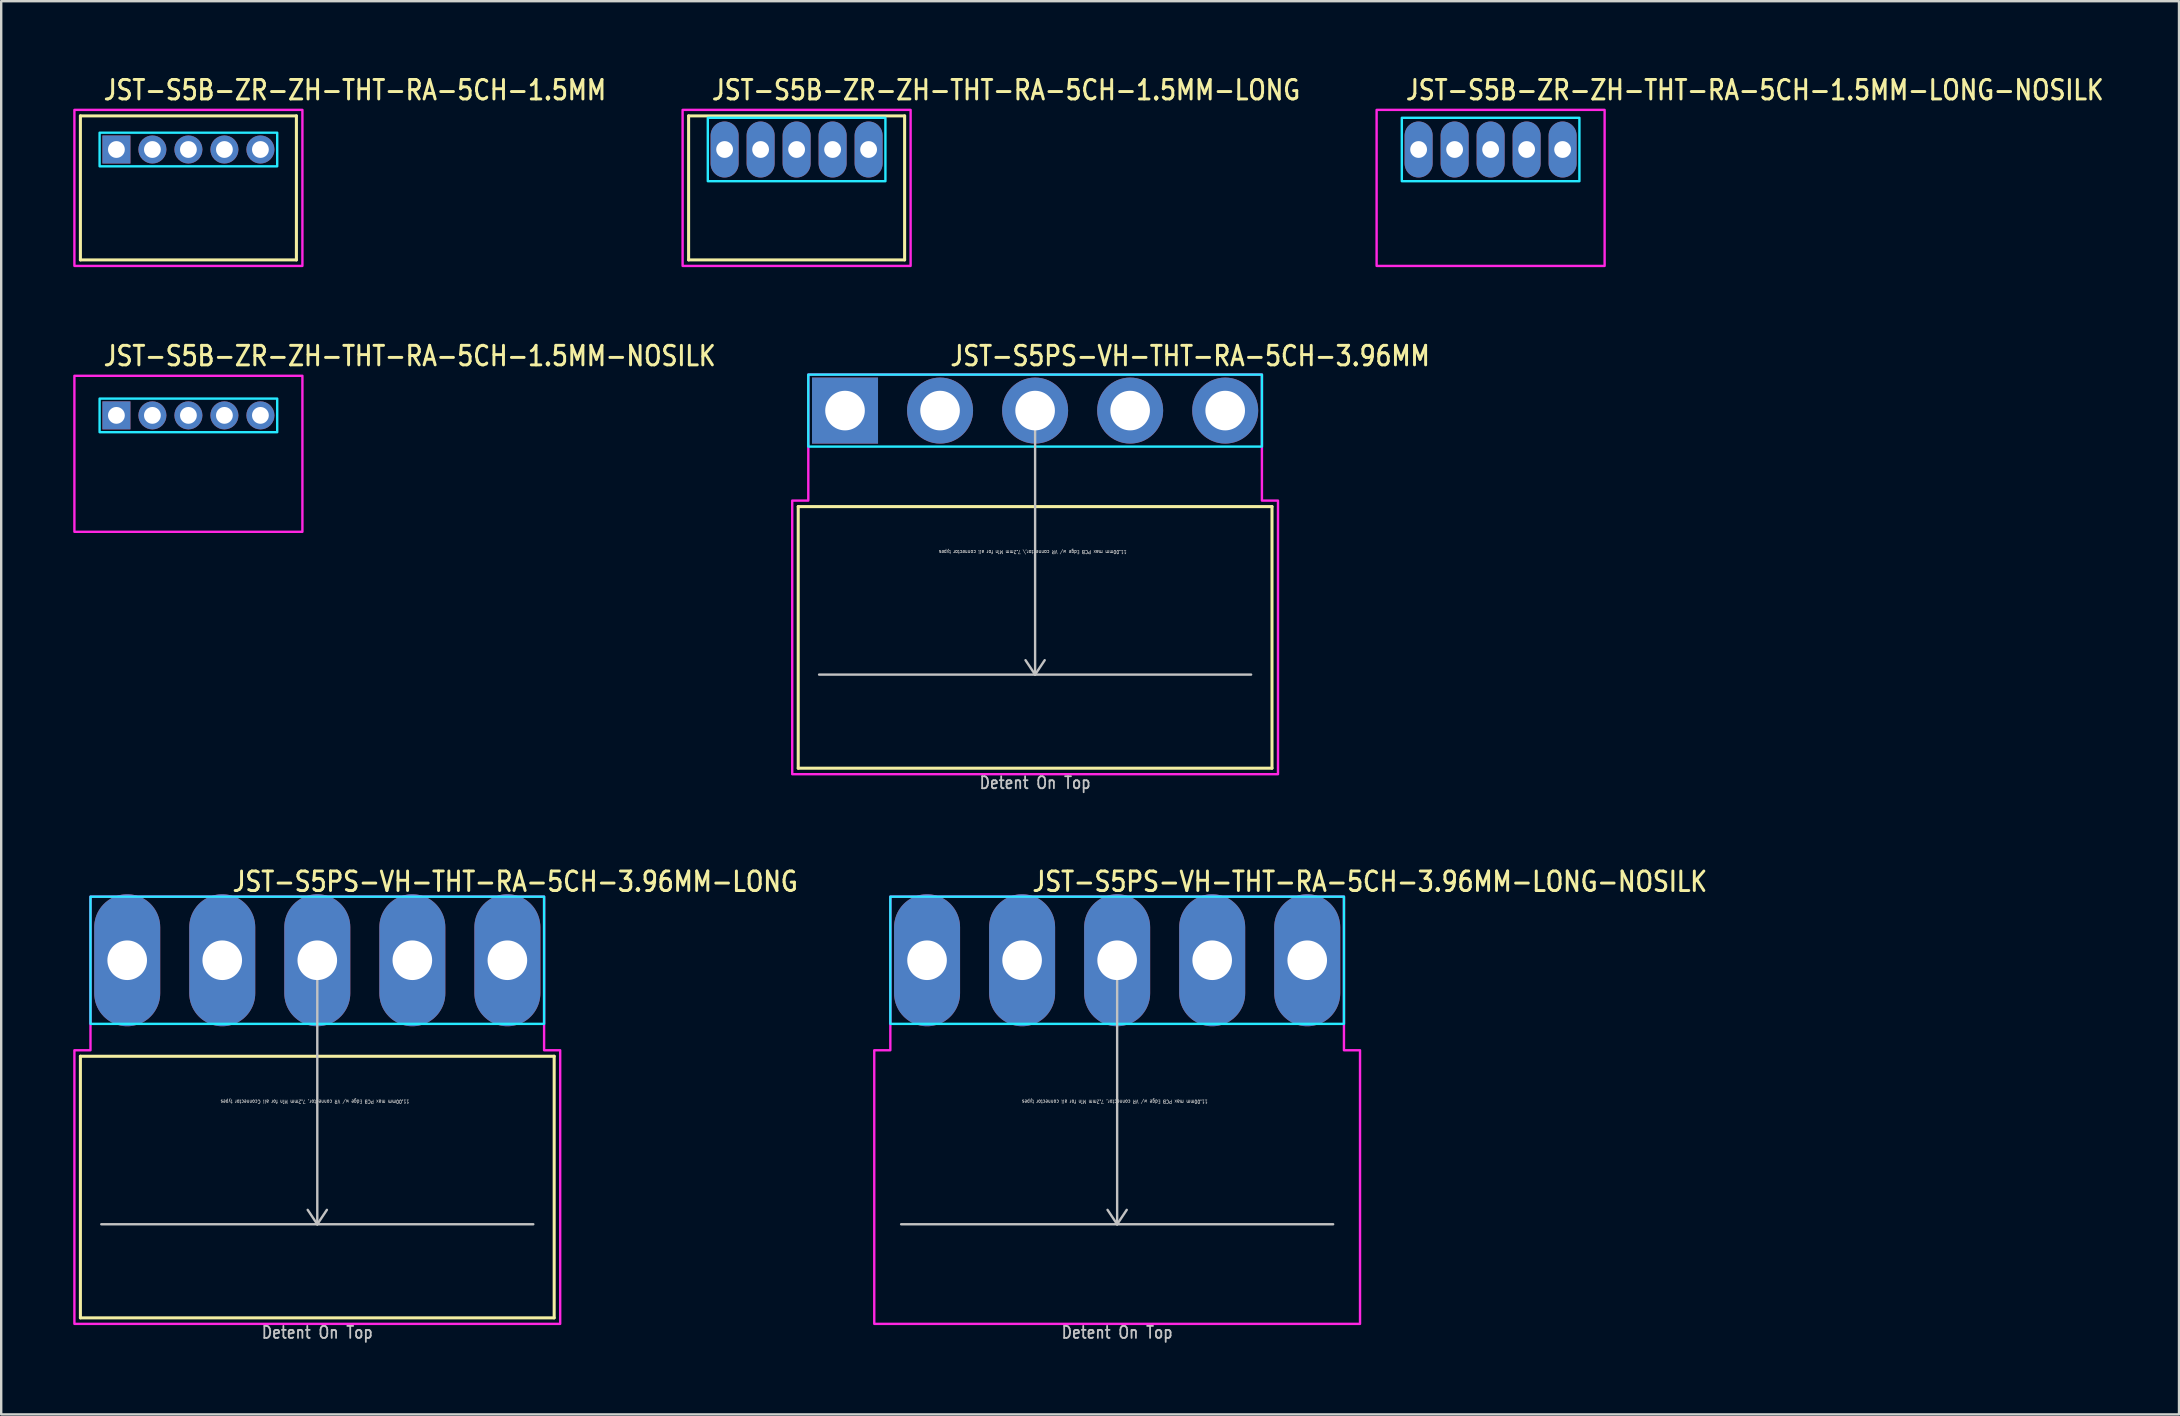
<source format=kicad_pcb>
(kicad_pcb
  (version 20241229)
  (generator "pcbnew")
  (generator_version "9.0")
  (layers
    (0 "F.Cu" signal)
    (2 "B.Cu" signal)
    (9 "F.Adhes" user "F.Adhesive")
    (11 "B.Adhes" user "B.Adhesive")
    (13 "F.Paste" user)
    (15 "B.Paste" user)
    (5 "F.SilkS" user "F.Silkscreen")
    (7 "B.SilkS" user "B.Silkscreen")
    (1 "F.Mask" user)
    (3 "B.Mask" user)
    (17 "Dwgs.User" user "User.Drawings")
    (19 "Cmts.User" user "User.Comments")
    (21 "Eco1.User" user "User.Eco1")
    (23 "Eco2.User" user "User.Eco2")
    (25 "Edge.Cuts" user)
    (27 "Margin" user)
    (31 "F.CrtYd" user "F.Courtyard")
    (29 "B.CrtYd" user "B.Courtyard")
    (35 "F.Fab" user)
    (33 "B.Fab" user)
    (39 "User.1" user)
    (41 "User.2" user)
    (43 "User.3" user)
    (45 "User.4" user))
  (footprint "JST-S5B-ZR-ZH-THT-RA-5CH-1.5MM"
    (layer "F.Cu")
    (at 4.8 3.179)
    (property "Reference" "JST-S5B-ZR-ZH-THT-RA-5CH-1.5MM" (at -3.6 -2 0) (unlocked yes) (layer "F.SilkS") (effects (font (size 0.813 0.695) (thickness 0.122)) (justify left bottom)))
    (fp_line (start -4.5 -1.4) (end 4.5 -1.4) (stroke (width 0.127) (type solid)) (layer "F.SilkS"))
    (fp_line (start -4.5 4.6) (end -4.5 -1.4) (stroke (width 0.127) (type solid)) (layer "F.SilkS"))
    (fp_line (start -4.5 4.6) (end 4.5 4.6) (stroke (width 0.127) (type solid)) (layer "F.SilkS"))
    (fp_line (start 4.5 -1.4) (end 4.5 4.6) (stroke (width 0.127) (type solid)) (layer "F.SilkS"))
    (fp_poly (pts (xy -3.7 -0.7) (xy -3.7 0.7) (xy 3.7 0.7) (xy 3.7 -0.7)) (stroke (width 0.1) (type solid)) (fill no) (layer "B.CrtYd"))
    (fp_poly (pts (xy -4.75 -1.65) (xy -4.75 4.85) (xy 4.75 4.85) (xy 4.75 -1.65)) (stroke (width 0.1) (type solid)) (fill no) (layer "F.CrtYd"))
    (pad "P$1" thru_hole rect (at -3 0) (size 1.167 1.167) (drill 0.7) (layers "*.Cu" "*.Mask"))
    (pad "P$2" thru_hole oval (at -1.5 0) (size 1.167 1.167) (drill 0.7) (layers "*.Cu" "*.Mask"))
    (pad "P$3" thru_hole oval (at 0 0) (size 1.167 1.167) (drill 0.7) (layers "*.Cu" "*.Mask"))
    (pad "P$4" thru_hole oval (at 1.5 0) (size 1.167 1.167) (drill 0.7) (layers "*.Cu" "*.Mask"))
    (pad "P$5" thru_hole oval (at 3 0) (size 1.167 1.167) (drill 0.7) (layers "*.Cu" "*.Mask")))
  (footprint "JST-S5PS-VH-THT-RA-5CH-3.96MM"
    (layer "F.Cu")
    (at 40.078 14.057)
    (property "Reference" "JST-S5PS-VH-THT-RA-5CH-3.96MM" (at -3.6 -1.8 0) (unlocked yes) (layer "F.SilkS") (effects (font (size 0.813 0.695) (thickness 0.122)) (justify left bottom)))
    (fp_line (start -9.87 4) (end 9.87 4) (stroke (width 0.127) (type solid)) (layer "F.SilkS"))
    (fp_line (start -9.87 14.9) (end -9.87 4) (stroke (width 0.127) (type solid)) (layer "F.SilkS"))
    (fp_line (start -9.87 14.9) (end 9.87 14.9) (stroke (width 0.127) (type solid)) (layer "F.SilkS"))
    (fp_line (start 9.87 4) (end 9.87 14.9) (stroke (width 0.127) (type solid)) (layer "F.SilkS"))
    (fp_line (start -9 11) (end 9 11) (stroke (width 0.1) (type solid)) (layer "Dwgs.User"))
    (fp_line (start 0 0) (end -0.4 0.6) (stroke (width 0.1) (type solid)) (layer "Dwgs.User"))
    (fp_line (start 0 0) (end 0 11) (stroke (width 0.1) (type solid)) (layer "Dwgs.User"))
    (fp_line (start 0 0) (end 0.4 0.6) (stroke (width 0.1) (type solid)) (layer "Dwgs.User"))
    (fp_line (start 0 11) (end -0.4 10.4) (stroke (width 0.1) (type solid)) (layer "Dwgs.User"))
    (fp_line (start 0 11) (end 0.4 10.4) (stroke (width 0.1) (type solid)) (layer "Dwgs.User"))
    (fp_poly (pts (xy -9.45 -1.5) (xy -9.45 1.5) (xy 9.45 1.5) (xy 9.45 -1.5)) (stroke (width 0.1) (type solid)) (fill no) (layer "B.CrtYd"))
    (fp_poly (pts (xy -10.12 3.75) (xy -10.12 15.15) (xy 10.12 15.15) (xy 10.12 3.75) (xy 9.45 3.75) (xy 9.45 -1.5) (xy -9.45 -1.5) (xy -9.45 3.75)) (stroke (width 0.1) (type solid)) (fill no) (layer "F.CrtYd"))
    (fp_text user "11.00mm max PCB Edge w/ VR connector,\\ 7.2mm Min for all connector types" (at -0.1 5.8 180) (unlocked yes) (layer "Dwgs.User") (effects (font (size 0.15 0.128) (thickness 0.022)) (justify bottom)))
    (fp_text user "Detent On Top" (at 0 15.8 0) (unlocked yes) (layer "Dwgs.User") (effects (font (size 0.5 0.427) (thickness 0.075)) (justify bottom)))
    (pad "1" thru_hole rect (at -7.92 0) (size 2.75 2.75) (drill 1.65) (layers "*.Cu" "*.Mask"))
    (pad "2" thru_hole oval (at -3.96 0) (size 2.75 2.75) (drill 1.65) (layers "*.Cu" "*.Mask"))
    (pad "3" thru_hole oval (at 0 0) (size 2.75 2.75) (drill 1.65) (layers "*.Cu" "*.Mask"))
    (pad "4" thru_hole oval (at 3.96 0) (size 2.75 2.75) (drill 1.65) (layers "*.Cu" "*.Mask"))
    (pad "5" thru_hole oval (at 7.92 0) (size 2.75 2.75) (drill 1.65) (layers "*.Cu" "*.Mask")))
  (footprint "JST-S5PS-VH-THT-RA-5CH-3.96MM-LONG"
    (layer "F.Cu")
    (at 10.17 36.959)
    (property "Reference" "JST-S5PS-VH-THT-RA-5CH-3.96MM-LONG" (at -3.6 -2.8 0) (unlocked yes) (layer "F.SilkS") (effects (font (size 0.813 0.695) (thickness 0.122)) (justify left bottom)))
    (fp_line (start -9.87 4) (end 9.87 4) (stroke (width 0.127) (type solid)) (layer "F.SilkS"))
    (fp_line (start -9.87 14.9) (end -9.87 4) (stroke (width 0.127) (type solid)) (layer "F.SilkS"))
    (fp_line (start -9.87 14.9) (end 9.87 14.9) (stroke (width 0.127) (type solid)) (layer "F.SilkS"))
    (fp_line (start 9.87 4) (end 9.87 14.9) (stroke (width 0.127) (type solid)) (layer "F.SilkS"))
    (fp_line (start -9 11) (end 9 11) (stroke (width 0.1) (type solid)) (layer "Dwgs.User"))
    (fp_line (start 0 0) (end -0.4 0.6) (stroke (width 0.1) (type solid)) (layer "Dwgs.User"))
    (fp_line (start 0 0) (end 0 11) (stroke (width 0.1) (type solid)) (layer "Dwgs.User"))
    (fp_line (start 0 0) (end 0.4 0.6) (stroke (width 0.1) (type solid)) (layer "Dwgs.User"))
    (fp_line (start 0 11) (end -0.4 10.4) (stroke (width 0.1) (type solid)) (layer "Dwgs.User"))
    (fp_line (start 0 11) (end 0.4 10.4) (stroke (width 0.1) (type solid)) (layer "Dwgs.User"))
    (fp_poly (pts (xy -9.45 -2.65) (xy -9.45 2.65) (xy 9.45 2.65) (xy 9.45 -2.65)) (stroke (width 0.1) (type solid)) (fill no) (layer "B.CrtYd"))
    (fp_poly (pts (xy -10.12 3.75) (xy -10.12 15.15) (xy 10.12 15.15) (xy 10.12 3.75) (xy 9.45 3.75) (xy 9.45 -2.65) (xy -9.45 -2.65) (xy -9.45 3.75)) (stroke (width 0.1) (type solid)) (fill no) (layer "F.CrtYd"))
    (fp_text user "Detent On Top" (at 0 15.8 0) (unlocked yes) (layer "Dwgs.User") (effects (font (size 0.5 0.427) (thickness 0.075)) (justify bottom)))
    (fp_text user "11.00mm max PCB Edge w/ VR connector, 7.2mm Min for all Cconnector types" (at -0.1 5.8 180) (unlocked yes) (layer "Dwgs.User") (effects (font (size 0.15 0.128) (thickness 0.022)) (justify bottom)))
    (pad "1" thru_hole oval (at -7.92 0 90) (size 5.5 2.75) (drill 1.65) (layers "*.Cu" "*.Mask"))
    (pad "2" thru_hole oval (at -3.96 0 90) (size 5.5 2.75) (drill 1.65) (layers "*.Cu" "*.Mask"))
    (pad "3" thru_hole oval (at 0 0 90) (size 5.5 2.75) (drill 1.65) (layers "*.Cu" "*.Mask"))
    (pad "4" thru_hole oval (at 3.96 0 90) (size 5.5 2.75) (drill 1.65) (layers "*.Cu" "*.Mask"))
    (pad "5" thru_hole oval (at 7.92 0 90) (size 5.5 2.75) (drill 1.65) (layers "*.Cu" "*.Mask")))
  (footprint "JST-S5B-ZR-ZH-THT-RA-5CH-1.5MM-LONG"
    (layer "F.Cu")
    (at 30.141 3.179)
    (property "Reference" "JST-S5B-ZR-ZH-THT-RA-5CH-1.5MM-LONG" (at -3.6 -2 0) (unlocked yes) (layer "F.SilkS") (effects (font (size 0.813 0.695) (thickness 0.122)) (justify left bottom)))
    (fp_line (start -4.5 -1.4) (end 4.5 -1.4) (stroke (width 0.127) (type solid)) (layer "F.SilkS"))
    (fp_line (start -4.5 4.6) (end -4.5 -1.4) (stroke (width 0.127) (type solid)) (layer "F.SilkS"))
    (fp_line (start -4.5 4.6) (end 4.5 4.6) (stroke (width 0.127) (type solid)) (layer "F.SilkS"))
    (fp_line (start 4.5 -1.4) (end 4.5 4.6) (stroke (width 0.127) (type solid)) (layer "F.SilkS"))
    (fp_poly (pts (xy -3.7 -1.32) (xy -3.7 1.32) (xy 3.7 1.32) (xy 3.7 -1.32)) (stroke (width 0.1) (type solid)) (fill no) (layer "B.CrtYd"))
    (fp_poly (pts (xy -4.75 -1.65) (xy -4.75 4.85) (xy 4.75 4.85) (xy 4.75 -1.65)) (stroke (width 0.1) (type solid)) (fill no) (layer "F.CrtYd"))
    (pad "1" thru_hole oval (at -3 0 90) (size 2.333 1.167) (drill 0.7) (layers "*.Cu" "*.Mask"))
    (pad "2" thru_hole oval (at -1.5 0 90) (size 2.333 1.167) (drill 0.7) (layers "*.Cu" "*.Mask"))
    (pad "3" thru_hole oval (at 0 0 90) (size 2.333 1.167) (drill 0.7) (layers "*.Cu" "*.Mask"))
    (pad "4" thru_hole oval (at 1.5 0 90) (size 2.333 1.167) (drill 0.7) (layers "*.Cu" "*.Mask"))
    (pad "5" thru_hole oval (at 3 0 90) (size 2.333 1.167) (drill 0.7) (layers "*.Cu" "*.Mask")))
  (footprint "JST-S5PS-VH-THT-RA-5CH-3.96MM-LONG-NOSILK"
    (layer "F.Cu")
    (at 43.496 36.959)
    (property "Reference" "JST-S5PS-VH-THT-RA-5CH-3.96MM-LONG-NOSILK" (at -3.6 -2.8 0) (unlocked yes) (layer "F.SilkS") (effects (font (size 0.813 0.695) (thickness 0.122)) (justify left bottom)))
    (fp_line (start -9 11) (end 9 11) (stroke (width 0.1) (type solid)) (layer "Dwgs.User"))
    (fp_line (start 0 0) (end -0.4 0.6) (stroke (width 0.1) (type solid)) (layer "Dwgs.User"))
    (fp_line (start 0 0) (end 0 11) (stroke (width 0.1) (type solid)) (layer "Dwgs.User"))
    (fp_line (start 0 0) (end 0.4 0.6) (stroke (width 0.1) (type solid)) (layer "Dwgs.User"))
    (fp_line (start 0 11) (end -0.4 10.4) (stroke (width 0.1) (type solid)) (layer "Dwgs.User"))
    (fp_line (start 0 11) (end 0.4 10.4) (stroke (width 0.1) (type solid)) (layer "Dwgs.User"))
    (fp_poly (pts (xy -9.45 -2.65) (xy -9.45 2.65) (xy 9.45 2.65) (xy 9.45 -2.65)) (stroke (width 0.1) (type solid)) (fill no) (layer "B.CrtYd"))
    (fp_poly (pts (xy -10.12 3.75) (xy -10.12 15.15) (xy 10.12 15.15) (xy 10.12 3.75) (xy 9.45 3.75) (xy 9.45 -2.65) (xy -9.45 -2.65) (xy -9.45 3.75)) (stroke (width 0.1) (type solid)) (fill no) (layer "F.CrtYd"))
    (fp_text user "Detent On Top" (at 0 15.8 0) (unlocked yes) (layer "Dwgs.User") (effects (font (size 0.5 0.427) (thickness 0.075)) (justify bottom)))
    (fp_text user "11.00mm max PCB Edge w/ VR connector, 7.2mm Min for all connector types" (at -0.1 5.8 180) (unlocked yes) (layer "Dwgs.User") (effects (font (size 0.15 0.128) (thickness 0.022)) (justify bottom)))
    (pad "1" thru_hole oval (at -7.92 0 90) (size 5.5 2.75) (drill 1.65) (layers "*.Cu" "*.Mask"))
    (pad "2" thru_hole oval (at -3.96 0 90) (size 5.5 2.75) (drill 1.65) (layers "*.Cu" "*.Mask"))
    (pad "3" thru_hole oval (at 0 0 90) (size 5.5 2.75) (drill 1.65) (layers "*.Cu" "*.Mask"))
    (pad "4" thru_hole oval (at 3.96 0 90) (size 5.5 2.75) (drill 1.65) (layers "*.Cu" "*.Mask"))
    (pad "5" thru_hole oval (at 7.92 0 90) (size 5.5 2.75) (drill 1.65) (layers "*.Cu" "*.Mask")))
  (footprint "JST-S5B-ZR-ZH-THT-RA-5CH-1.5MM-LONG-NOSILK"
    (layer "F.Cu")
    (at 59.057 3.179)
    (property "Reference" "JST-S5B-ZR-ZH-THT-RA-5CH-1.5MM-LONG-NOSILK" (at -3.6 -2 0) (unlocked yes) (layer "F.SilkS") (effects (font (size 0.813 0.695) (thickness 0.122)) (justify left bottom)))
    (fp_poly (pts (xy -3.7 -1.32) (xy -3.7 1.32) (xy 3.7 1.32) (xy 3.7 -1.32)) (stroke (width 0.1) (type solid)) (fill no) (layer "B.CrtYd"))
    (fp_poly (pts (xy -4.75 -1.65) (xy -4.75 4.85) (xy 4.75 4.85) (xy 4.75 -1.65)) (stroke (width 0.1) (type solid)) (fill no) (layer "F.CrtYd"))
    (pad "P$1" thru_hole oval (at -3 0 90) (size 2.333 1.167) (drill 0.7) (layers "*.Cu" "*.Mask"))
    (pad "P$2" thru_hole oval (at -1.5 0 90) (size 2.333 1.167) (drill 0.7) (layers "*.Cu" "*.Mask"))
    (pad "P$3" thru_hole oval (at 0 0 90) (size 2.333 1.167) (drill 0.7) (layers "*.Cu" "*.Mask"))
    (pad "P$4" thru_hole oval (at 1.5 0 90) (size 2.333 1.167) (drill 0.7) (layers "*.Cu" "*.Mask"))
    (pad "P$5" thru_hole oval (at 3 0 90) (size 2.333 1.167) (drill 0.7) (layers "*.Cu" "*.Mask")))
  (footprint "JST-S5B-ZR-ZH-THT-RA-5CH-1.5MM-NOSILK"
    (layer "F.Cu")
    (at 4.8 14.257)
    (property "Reference" "JST-S5B-ZR-ZH-THT-RA-5CH-1.5MM-NOSILK" (at -3.6 -2 0) (unlocked yes) (layer "F.SilkS") (effects (font (size 0.813 0.695) (thickness 0.122)) (justify left bottom)))
    (fp_poly (pts (xy -3.7 -0.7) (xy -3.7 0.7) (xy 3.7 0.7) (xy 3.7 -0.7)) (stroke (width 0.1) (type solid)) (fill no) (layer "B.CrtYd"))
    (fp_poly (pts (xy -4.75 -1.65) (xy -4.75 4.85) (xy 4.75 4.85) (xy 4.75 -1.65)) (stroke (width 0.1) (type solid)) (fill no) (layer "F.CrtYd"))
    (pad "1" thru_hole rect (at -3 0) (size 1.167 1.167) (drill 0.7) (layers "*.Cu" "*.Mask"))
    (pad "2" thru_hole oval (at -1.5 0) (size 1.167 1.167) (drill 0.7) (layers "*.Cu" "*.Mask"))
    (pad "3" thru_hole oval (at 0 0) (size 1.167 1.167) (drill 0.7) (layers "*.Cu" "*.Mask"))
    (pad "4" thru_hole oval (at 1.5 0) (size 1.167 1.167) (drill 0.7) (layers "*.Cu" "*.Mask"))
    (pad "5" thru_hole oval (at 3 0) (size 1.167 1.167) (drill 0.7) (layers "*.Cu" "*.Mask")))
  (gr_rect
    (start -3 -3)
    (end 87.739 55.882)
    (stroke (width 0.1) (type default))
    (fill no)
    (layer "Edge.Cuts")))
</source>
